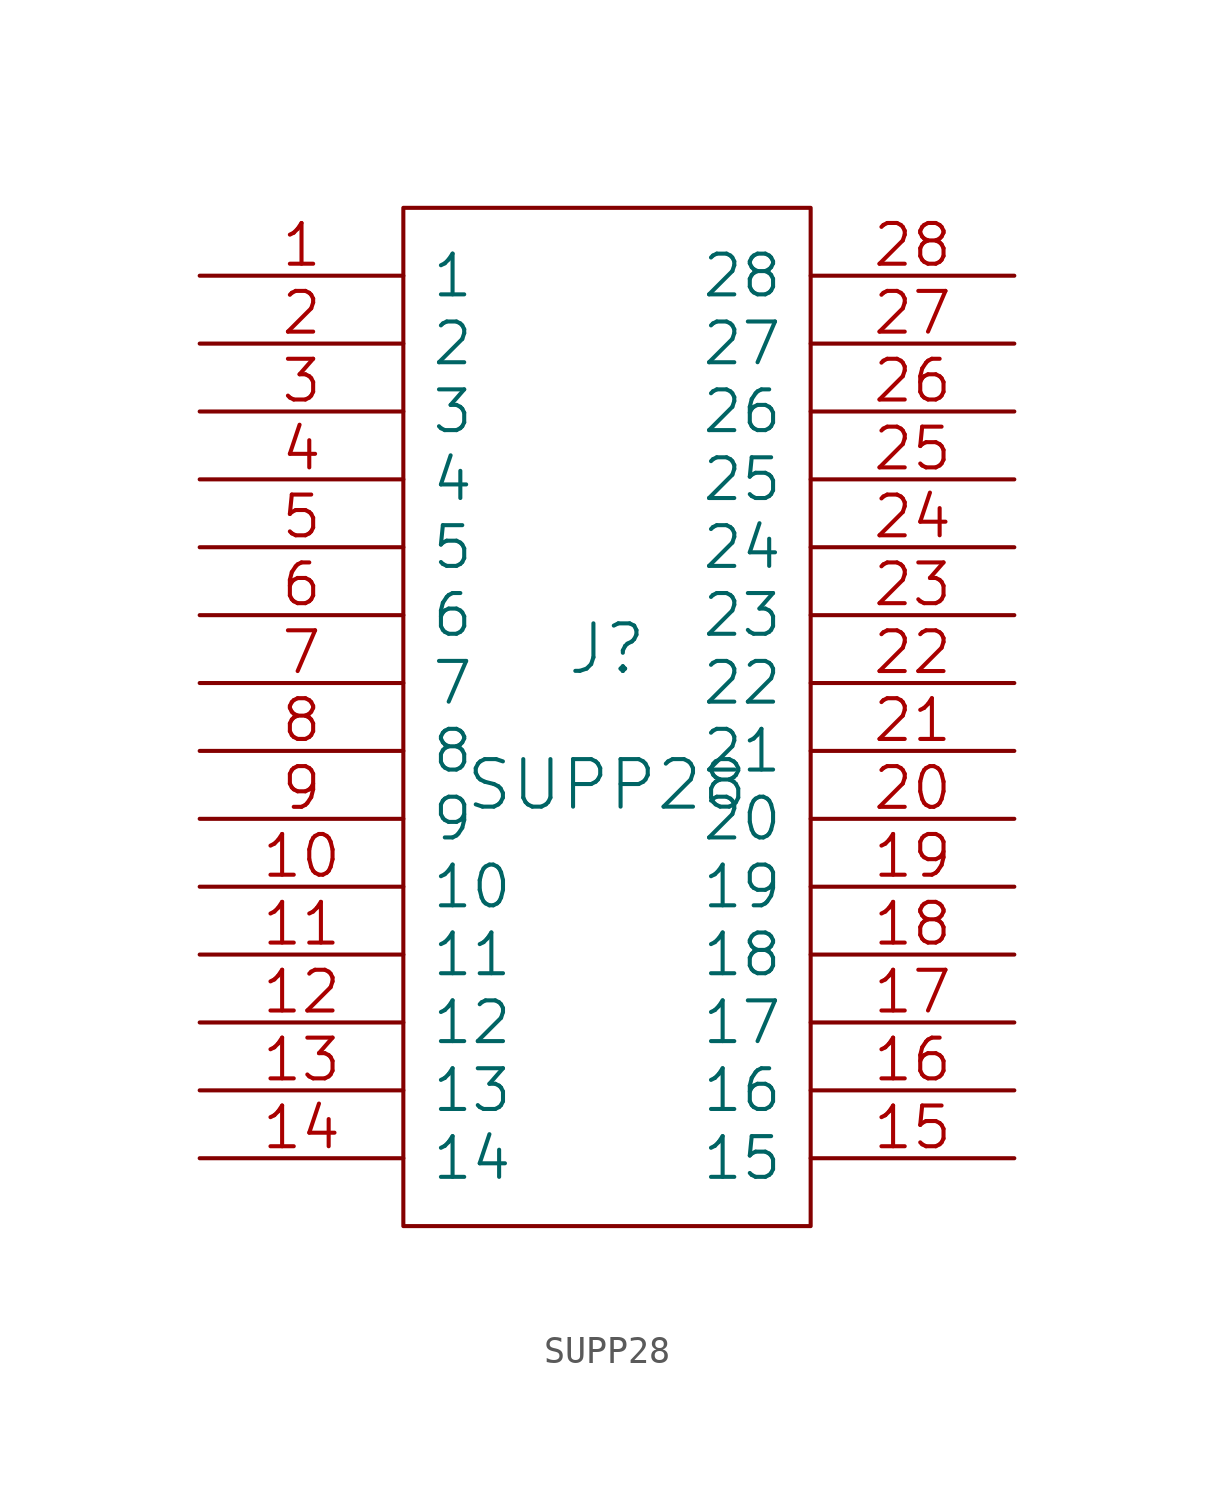
<source format=kicad_sym>
(kicad_symbol_lib
  (version 20201005)
  (generator kicad_symbol_editor)
  (symbol "pic_programmer_schlib:SUPP28"
    (pin_names
      (offset 1.016))
    (property "Reference" "J"
      (at 0 2.54 0)
      (effects (font (size 1.778 1.778))))
    (property "Value" "SUPP28"
      (at 0 -2.54 0)
      (effects (font (size 1.778 1.778))))
    (property "Footprint" ""
      (at 0 0 0)
      (effects (font (size 1.524 1.524))))
    (property "Datasheet" ""
      (at 0 0 0)
      (effects (font (size 1.524 1.524))))
    (symbol "SUPP28_0_1"
      (rectangle (start -7.62 -19.05) (end 7.62 19.05) (stroke (width 0)) (fill (type none))))
    (symbol "SUPP28_1_1"
      (pin passive line (at -15.24 16.51 0) (length 7.62) (name "1" (effects (font (size 1.524 1.524)))) (number "1" (effects (font (size 1.524 1.524)))))
      (pin passive line (at -15.24 -6.35 0) (length 7.62) (name "10" (effects (font (size 1.524 1.524)))) (number "10" (effects (font (size 1.524 1.524)))))
      (pin passive line (at -15.24 -8.89 0) (length 7.62) (name "11" (effects (font (size 1.524 1.524)))) (number "11" (effects (font (size 1.524 1.524)))))
      (pin passive line (at -15.24 -11.43 0) (length 7.62) (name "12" (effects (font (size 1.524 1.524)))) (number "12" (effects (font (size 1.524 1.524)))))
      (pin passive line (at -15.24 -13.97 0) (length 7.62) (name "13" (effects (font (size 1.524 1.524)))) (number "13" (effects (font (size 1.524 1.524)))))
      (pin passive line (at -15.24 -16.51 0) (length 7.62) (name "14" (effects (font (size 1.524 1.524)))) (number "14" (effects (font (size 1.524 1.524)))))
      (pin passive line (at 15.24 -16.51 180) (length 7.62) (name "15" (effects (font (size 1.524 1.524)))) (number "15" (effects (font (size 1.524 1.524)))))
      (pin passive line (at 15.24 -13.97 180) (length 7.62) (name "16" (effects (font (size 1.524 1.524)))) (number "16" (effects (font (size 1.524 1.524)))))
      (pin passive line (at 15.24 -11.43 180) (length 7.62) (name "17" (effects (font (size 1.524 1.524)))) (number "17" (effects (font (size 1.524 1.524)))))
      (pin passive line (at 15.24 -8.89 180) (length 7.62) (name "18" (effects (font (size 1.524 1.524)))) (number "18" (effects (font (size 1.524 1.524)))))
      (pin passive line (at 15.24 -6.35 180) (length 7.62) (name "19" (effects (font (size 1.524 1.524)))) (number "19" (effects (font (size 1.524 1.524)))))
      (pin passive line (at -15.24 13.97 0) (length 7.62) (name "2" (effects (font (size 1.524 1.524)))) (number "2" (effects (font (size 1.524 1.524)))))
      (pin passive line (at 15.24 -3.81 180) (length 7.62) (name "20" (effects (font (size 1.524 1.524)))) (number "20" (effects (font (size 1.524 1.524)))))
      (pin passive line (at 15.24 -1.27 180) (length 7.62) (name "21" (effects (font (size 1.524 1.524)))) (number "21" (effects (font (size 1.524 1.524)))))
      (pin passive line (at 15.24 1.27 180) (length 7.62) (name "22" (effects (font (size 1.524 1.524)))) (number "22" (effects (font (size 1.524 1.524)))))
      (pin passive line (at 15.24 3.81 180) (length 7.62) (name "23" (effects (font (size 1.524 1.524)))) (number "23" (effects (font (size 1.524 1.524)))))
      (pin passive line (at 15.24 6.35 180) (length 7.62) (name "24" (effects (font (size 1.524 1.524)))) (number "24" (effects (font (size 1.524 1.524)))))
      (pin passive line (at 15.24 8.89 180) (length 7.62) (name "25" (effects (font (size 1.524 1.524)))) (number "25" (effects (font (size 1.524 1.524)))))
      (pin passive line (at 15.24 11.43 180) (length 7.62) (name "26" (effects (font (size 1.524 1.524)))) (number "26" (effects (font (size 1.524 1.524)))))
      (pin passive line (at 15.24 13.97 180) (length 7.62) (name "27" (effects (font (size 1.524 1.524)))) (number "27" (effects (font (size 1.524 1.524)))))
      (pin passive line (at 15.24 16.51 180) (length 7.62) (name "28" (effects (font (size 1.524 1.524)))) (number "28" (effects (font (size 1.524 1.524)))))
      (pin passive line (at -15.24 11.43 0) (length 7.62) (name "3" (effects (font (size 1.524 1.524)))) (number "3" (effects (font (size 1.524 1.524)))))
      (pin passive line (at -15.24 8.89 0) (length 7.62) (name "4" (effects (font (size 1.524 1.524)))) (number "4" (effects (font (size 1.524 1.524)))))
      (pin passive line (at -15.24 6.35 0) (length 7.62) (name "5" (effects (font (size 1.524 1.524)))) (number "5" (effects (font (size 1.524 1.524)))))
      (pin passive line (at -15.24 3.81 0) (length 7.62) (name "6" (effects (font (size 1.524 1.524)))) (number "6" (effects (font (size 1.524 1.524)))))
      (pin passive line (at -15.24 1.27 0) (length 7.62) (name "7" (effects (font (size 1.524 1.524)))) (number "7" (effects (font (size 1.524 1.524)))))
      (pin passive line (at -15.24 -1.27 0) (length 7.62) (name "8" (effects (font (size 1.524 1.524)))) (number "8" (effects (font (size 1.524 1.524)))))
      (pin passive line (at -15.24 -3.81 0) (length 7.62) (name "9" (effects (font (size 1.524 1.524)))) (number "9" (effects (font (size 1.524 1.524))))))))
</source>
